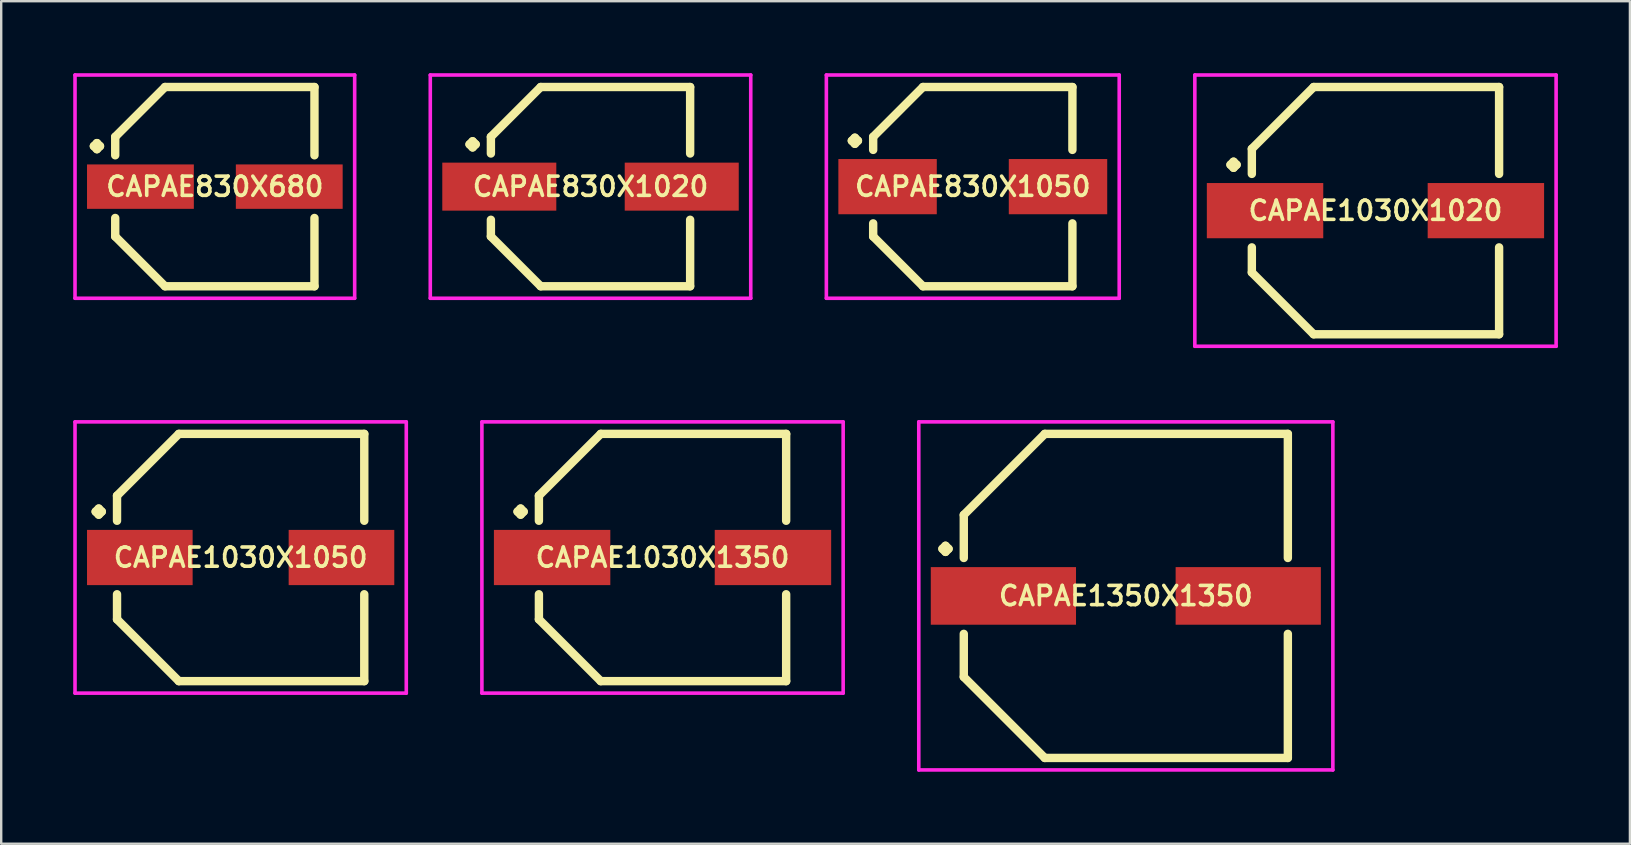
<source format=kicad_pcb>
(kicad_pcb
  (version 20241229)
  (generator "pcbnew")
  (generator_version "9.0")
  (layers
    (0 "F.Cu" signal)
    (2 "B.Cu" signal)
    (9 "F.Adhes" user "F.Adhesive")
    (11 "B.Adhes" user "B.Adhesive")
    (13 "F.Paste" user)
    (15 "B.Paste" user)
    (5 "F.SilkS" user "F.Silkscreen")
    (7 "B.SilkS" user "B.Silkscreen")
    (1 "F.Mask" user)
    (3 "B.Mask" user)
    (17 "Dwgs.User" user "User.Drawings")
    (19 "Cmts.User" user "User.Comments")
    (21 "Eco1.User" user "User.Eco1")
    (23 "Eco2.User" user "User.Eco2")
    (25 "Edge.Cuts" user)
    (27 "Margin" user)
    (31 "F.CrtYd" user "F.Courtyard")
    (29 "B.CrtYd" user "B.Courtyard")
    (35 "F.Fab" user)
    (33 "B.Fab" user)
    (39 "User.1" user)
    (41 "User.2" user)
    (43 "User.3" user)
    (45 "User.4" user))
  (footprint "CAPAE830X1020"
    (layer "F.Cu")
    (at 21.55 4.725)
    (property "Reference" "CAPAE830X1020" (at 0 0 0) (layer "F.SilkS") (effects (font (size 0.8 0.8) (thickness 0.15))))
    (attr smd)
    (fp_line (start -5.039 -1.762) (end -4.912 -1.889) (stroke (width 0.35) (type solid)) (layer "F.SilkS"))
    (fp_line (start -4.912 -1.889) (end -4.785 -1.762) (stroke (width 0.35) (type solid)) (layer "F.SilkS"))
    (fp_line (start -4.912 -1.635) (end -5.039 -1.762) (stroke (width 0.35) (type solid)) (layer "F.SilkS"))
    (fp_line (start -4.785 -1.762) (end -4.912 -1.635) (stroke (width 0.35) (type solid)) (layer "F.SilkS"))
    (fp_line (start -4.15 -2.075) (end -4.15 -1.381) (stroke (width 0.35) (type solid)) (layer "F.SilkS"))
    (fp_line (start -4.15 2.075) (end -4.15 1.381) (stroke (width 0.35) (type solid)) (layer "F.SilkS"))
    (fp_line (start -2.075 -4.15) (end -4.15 -2.075) (stroke (width 0.35) (type solid)) (layer "F.SilkS"))
    (fp_line (start -2.075 4.15) (end -4.15 2.075) (stroke (width 0.35) (type solid)) (layer "F.SilkS"))
    (fp_line (start 4.15 -4.15) (end -2.075 -4.15) (stroke (width 0.35) (type solid)) (layer "F.SilkS"))
    (fp_line (start 4.15 -1.381) (end 4.15 -4.15) (stroke (width 0.35) (type solid)) (layer "F.SilkS"))
    (fp_line (start 4.15 1.381) (end 4.15 4.15) (stroke (width 0.35) (type solid)) (layer "F.SilkS"))
    (fp_line (start 4.15 4.15) (end -2.075 4.15) (stroke (width 0.35) (type solid)) (layer "F.SilkS"))
    (fp_line (start -6.675 -4.65) (end 6.675 -4.65) (stroke (width 0.15) (type solid)) (layer "F.CrtYd"))
    (fp_line (start -6.675 4.65) (end -6.675 -4.65) (stroke (width 0.15) (type solid)) (layer "F.CrtYd"))
    (fp_line (start 6.675 -4.65) (end 6.675 4.65) (stroke (width 0.15) (type solid)) (layer "F.CrtYd"))
    (fp_line (start 6.675 4.65) (end -6.675 4.65) (stroke (width 0.15) (type solid)) (layer "F.CrtYd"))
    (pad "1" smd rect (at -3.8 0) (size 4.75 2) (layers "F.Cu" "F.Mask" "F.Paste"))
    (pad "2" smd rect (at 3.8 0) (size 4.75 2) (layers "F.Cu" "F.Mask" "F.Paste")))
  (footprint "CAPAE1350X1350"
    (layer "F.Cu")
    (at 43.85 21.775)
    (property "Reference" "CAPAE1350X1350" (at 0 0 0) (layer "F.SilkS") (effects (font (size 0.8 0.8) (thickness 0.15))))
    (attr smd)
    (fp_line (start -7.639 -1.962) (end -7.512 -2.089) (stroke (width 0.35) (type solid)) (layer "F.SilkS"))
    (fp_line (start -7.512 -2.089) (end -7.385 -1.962) (stroke (width 0.35) (type solid)) (layer "F.SilkS"))
    (fp_line (start -7.512 -1.835) (end -7.639 -1.962) (stroke (width 0.35) (type solid)) (layer "F.SilkS"))
    (fp_line (start -7.385 -1.962) (end -7.512 -1.835) (stroke (width 0.35) (type solid)) (layer "F.SilkS"))
    (fp_line (start -6.75 -3.375) (end -6.75 -1.581) (stroke (width 0.35) (type solid)) (layer "F.SilkS"))
    (fp_line (start -6.75 3.375) (end -6.75 1.581) (stroke (width 0.35) (type solid)) (layer "F.SilkS"))
    (fp_line (start -3.375 -6.75) (end -6.75 -3.375) (stroke (width 0.35) (type solid)) (layer "F.SilkS"))
    (fp_line (start -3.375 6.75) (end -6.75 3.375) (stroke (width 0.35) (type solid)) (layer "F.SilkS"))
    (fp_line (start 6.75 -6.75) (end -3.375 -6.75) (stroke (width 0.35) (type solid)) (layer "F.SilkS"))
    (fp_line (start 6.75 -1.581) (end 6.75 -6.75) (stroke (width 0.35) (type solid)) (layer "F.SilkS"))
    (fp_line (start 6.75 1.581) (end 6.75 6.75) (stroke (width 0.35) (type solid)) (layer "F.SilkS"))
    (fp_line (start 6.75 6.75) (end -3.375 6.75) (stroke (width 0.35) (type solid)) (layer "F.SilkS"))
    (fp_line (start -8.625 -7.25) (end 8.625 -7.25) (stroke (width 0.15) (type solid)) (layer "F.CrtYd"))
    (fp_line (start -8.625 7.25) (end -8.625 -7.25) (stroke (width 0.15) (type solid)) (layer "F.CrtYd"))
    (fp_line (start 8.625 -7.25) (end 8.625 7.25) (stroke (width 0.15) (type solid)) (layer "F.CrtYd"))
    (fp_line (start 8.625 7.25) (end -8.625 7.25) (stroke (width 0.15) (type solid)) (layer "F.CrtYd"))
    (pad "1" smd rect (at -5.1 0) (size 6.05 2.4) (layers "F.Cu" "F.Mask" "F.Paste"))
    (pad "2" smd rect (at 5.1 0) (size 6.05 2.4) (layers "F.Cu" "F.Mask" "F.Paste")))
  (footprint "CAPAE1030X1050"
    (layer "F.Cu")
    (at 6.975 20.175)
    (property "Reference" "CAPAE1030X1050" (at 0 0 0) (layer "F.SilkS") (effects (font (size 0.8 0.8) (thickness 0.15))))
    (attr smd)
    (fp_line (start -6.039 -1.912) (end -5.912 -2.039) (stroke (width 0.35) (type solid)) (layer "F.SilkS"))
    (fp_line (start -5.912 -2.039) (end -5.785 -1.912) (stroke (width 0.35) (type solid)) (layer "F.SilkS"))
    (fp_line (start -5.912 -1.785) (end -6.039 -1.912) (stroke (width 0.35) (type solid)) (layer "F.SilkS"))
    (fp_line (start -5.785 -1.912) (end -5.912 -1.785) (stroke (width 0.35) (type solid)) (layer "F.SilkS"))
    (fp_line (start -5.15 -2.575) (end -5.15 -1.531) (stroke (width 0.35) (type solid)) (layer "F.SilkS"))
    (fp_line (start -5.15 2.575) (end -5.15 1.531) (stroke (width 0.35) (type solid)) (layer "F.SilkS"))
    (fp_line (start -2.575 -5.15) (end -5.15 -2.575) (stroke (width 0.35) (type solid)) (layer "F.SilkS"))
    (fp_line (start -2.575 5.15) (end -5.15 2.575) (stroke (width 0.35) (type solid)) (layer "F.SilkS"))
    (fp_line (start 5.15 -5.15) (end -2.575 -5.15) (stroke (width 0.35) (type solid)) (layer "F.SilkS"))
    (fp_line (start 5.15 -1.531) (end 5.15 -5.15) (stroke (width 0.35) (type solid)) (layer "F.SilkS"))
    (fp_line (start 5.15 1.531) (end 5.15 5.15) (stroke (width 0.35) (type solid)) (layer "F.SilkS"))
    (fp_line (start 5.15 5.15) (end -2.575 5.15) (stroke (width 0.35) (type solid)) (layer "F.SilkS"))
    (fp_line (start -6.9 -5.65) (end 6.9 -5.65) (stroke (width 0.15) (type solid)) (layer "F.CrtYd"))
    (fp_line (start -6.9 5.65) (end -6.9 -5.65) (stroke (width 0.15) (type solid)) (layer "F.CrtYd"))
    (fp_line (start 6.9 -5.65) (end 6.9 5.65) (stroke (width 0.15) (type solid)) (layer "F.CrtYd"))
    (fp_line (start 6.9 5.65) (end -6.9 5.65) (stroke (width 0.15) (type solid)) (layer "F.CrtYd"))
    (pad "1" smd rect (at -4.2 0) (size 4.4 2.3) (layers "F.Cu" "F.Mask" "F.Paste"))
    (pad "2" smd rect (at 4.2 0) (size 4.4 2.3) (layers "F.Cu" "F.Mask" "F.Paste")))
  (footprint "CAPAE830X680"
    (layer "F.Cu")
    (at 5.9 4.725)
    (property "Reference" "CAPAE830X680" (at 0 0 0) (layer "F.SilkS") (effects (font (size 0.8 0.8) (thickness 0.15))))
    (attr smd)
    (fp_line (start -5.039 -1.687) (end -4.912 -1.814) (stroke (width 0.35) (type solid)) (layer "F.SilkS"))
    (fp_line (start -4.912 -1.814) (end -4.785 -1.687) (stroke (width 0.35) (type solid)) (layer "F.SilkS"))
    (fp_line (start -4.912 -1.56) (end -5.039 -1.687) (stroke (width 0.35) (type solid)) (layer "F.SilkS"))
    (fp_line (start -4.785 -1.687) (end -4.912 -1.56) (stroke (width 0.35) (type solid)) (layer "F.SilkS"))
    (fp_line (start -4.15 -2.075) (end -4.15 -1.306) (stroke (width 0.35) (type solid)) (layer "F.SilkS"))
    (fp_line (start -4.15 2.075) (end -4.15 1.306) (stroke (width 0.35) (type solid)) (layer "F.SilkS"))
    (fp_line (start -2.075 -4.15) (end -4.15 -2.075) (stroke (width 0.35) (type solid)) (layer "F.SilkS"))
    (fp_line (start -2.075 4.15) (end -4.15 2.075) (stroke (width 0.35) (type solid)) (layer "F.SilkS"))
    (fp_line (start 4.15 -4.15) (end -2.075 -4.15) (stroke (width 0.35) (type solid)) (layer "F.SilkS"))
    (fp_line (start 4.15 -1.306) (end 4.15 -4.15) (stroke (width 0.35) (type solid)) (layer "F.SilkS"))
    (fp_line (start 4.15 1.306) (end 4.15 4.15) (stroke (width 0.35) (type solid)) (layer "F.SilkS"))
    (fp_line (start 4.15 4.15) (end -2.075 4.15) (stroke (width 0.35) (type solid)) (layer "F.SilkS"))
    (fp_line (start -5.825 -4.65) (end 5.825 -4.65) (stroke (width 0.15) (type solid)) (layer "F.CrtYd"))
    (fp_line (start -5.825 4.65) (end -5.825 -4.65) (stroke (width 0.15) (type solid)) (layer "F.CrtYd"))
    (fp_line (start 5.825 -4.65) (end 5.825 4.65) (stroke (width 0.15) (type solid)) (layer "F.CrtYd"))
    (fp_line (start 5.825 4.65) (end -5.825 4.65) (stroke (width 0.15) (type solid)) (layer "F.CrtYd"))
    (pad "1" smd rect (at -3.1 0) (size 4.45 1.85) (layers "F.Cu" "F.Mask" "F.Paste"))
    (pad "2" smd rect (at 3.1 0) (size 4.45 1.85) (layers "F.Cu" "F.Mask" "F.Paste")))
  (footprint "CAPAE1030X1020"
    (layer "F.Cu")
    (at 54.25 5.725)
    (property "Reference" "CAPAE1030X1020" (at 0 0 0) (layer "F.SilkS") (effects (font (size 0.8 0.8) (thickness 0.15))))
    (attr smd)
    (fp_line (start -6.039 -1.912) (end -5.912 -2.039) (stroke (width 0.35) (type solid)) (layer "F.SilkS"))
    (fp_line (start -5.912 -2.039) (end -5.785 -1.912) (stroke (width 0.35) (type solid)) (layer "F.SilkS"))
    (fp_line (start -5.912 -1.785) (end -6.039 -1.912) (stroke (width 0.35) (type solid)) (layer "F.SilkS"))
    (fp_line (start -5.785 -1.912) (end -5.912 -1.785) (stroke (width 0.35) (type solid)) (layer "F.SilkS"))
    (fp_line (start -5.15 -2.575) (end -5.15 -1.531) (stroke (width 0.35) (type solid)) (layer "F.SilkS"))
    (fp_line (start -5.15 2.575) (end -5.15 1.531) (stroke (width 0.35) (type solid)) (layer "F.SilkS"))
    (fp_line (start -2.575 -5.15) (end -5.15 -2.575) (stroke (width 0.35) (type solid)) (layer "F.SilkS"))
    (fp_line (start -2.575 5.15) (end -5.15 2.575) (stroke (width 0.35) (type solid)) (layer "F.SilkS"))
    (fp_line (start 5.15 -5.15) (end -2.575 -5.15) (stroke (width 0.35) (type solid)) (layer "F.SilkS"))
    (fp_line (start 5.15 -1.531) (end 5.15 -5.15) (stroke (width 0.35) (type solid)) (layer "F.SilkS"))
    (fp_line (start 5.15 1.531) (end 5.15 5.15) (stroke (width 0.35) (type solid)) (layer "F.SilkS"))
    (fp_line (start 5.15 5.15) (end -2.575 5.15) (stroke (width 0.35) (type solid)) (layer "F.SilkS"))
    (fp_line (start -7.525 -5.65) (end 7.525 -5.65) (stroke (width 0.15) (type solid)) (layer "F.CrtYd"))
    (fp_line (start -7.525 5.65) (end -7.525 -5.65) (stroke (width 0.15) (type solid)) (layer "F.CrtYd"))
    (fp_line (start 7.525 -5.65) (end 7.525 5.65) (stroke (width 0.15) (type solid)) (layer "F.CrtYd"))
    (fp_line (start 7.525 5.65) (end -7.525 5.65) (stroke (width 0.15) (type solid)) (layer "F.CrtYd"))
    (pad "1" smd rect (at -4.6 0) (size 4.85 2.3) (layers "F.Cu" "F.Mask" "F.Paste"))
    (pad "2" smd rect (at 4.6 0) (size 4.85 2.3) (layers "F.Cu" "F.Mask" "F.Paste")))
  (footprint "CAPAE830X1050"
    (layer "F.Cu")
    (at 37.475 4.725)
    (property "Reference" "CAPAE830X1050" (at 0 0 0) (layer "F.SilkS") (effects (font (size 0.8 0.8) (thickness 0.15))))
    (attr smd)
    (fp_line (start -5.039 -1.912) (end -4.912 -2.039) (stroke (width 0.35) (type solid)) (layer "F.SilkS"))
    (fp_line (start -4.912 -2.039) (end -4.785 -1.912) (stroke (width 0.35) (type solid)) (layer "F.SilkS"))
    (fp_line (start -4.912 -1.785) (end -5.039 -1.912) (stroke (width 0.35) (type solid)) (layer "F.SilkS"))
    (fp_line (start -4.785 -1.912) (end -4.912 -1.785) (stroke (width 0.35) (type solid)) (layer "F.SilkS"))
    (fp_line (start -4.15 -2.075) (end -4.15 -1.531) (stroke (width 0.35) (type solid)) (layer "F.SilkS"))
    (fp_line (start -4.15 2.075) (end -4.15 1.531) (stroke (width 0.35) (type solid)) (layer "F.SilkS"))
    (fp_line (start -2.075 -4.15) (end -4.15 -2.075) (stroke (width 0.35) (type solid)) (layer "F.SilkS"))
    (fp_line (start -2.075 4.15) (end -4.15 2.075) (stroke (width 0.35) (type solid)) (layer "F.SilkS"))
    (fp_line (start 4.15 -4.15) (end -2.075 -4.15) (stroke (width 0.35) (type solid)) (layer "F.SilkS"))
    (fp_line (start 4.15 -1.531) (end 4.15 -4.15) (stroke (width 0.35) (type solid)) (layer "F.SilkS"))
    (fp_line (start 4.15 1.531) (end 4.15 4.15) (stroke (width 0.35) (type solid)) (layer "F.SilkS"))
    (fp_line (start 4.15 4.15) (end -2.075 4.15) (stroke (width 0.35) (type solid)) (layer "F.SilkS"))
    (fp_line (start -6.1 -4.65) (end 6.1 -4.65) (stroke (width 0.15) (type solid)) (layer "F.CrtYd"))
    (fp_line (start -6.1 4.65) (end -6.1 -4.65) (stroke (width 0.15) (type solid)) (layer "F.CrtYd"))
    (fp_line (start 6.1 -4.65) (end 6.1 4.65) (stroke (width 0.15) (type solid)) (layer "F.CrtYd"))
    (fp_line (start 6.1 4.65) (end -6.1 4.65) (stroke (width 0.15) (type solid)) (layer "F.CrtYd"))
    (pad "1" smd rect (at -3.55 0) (size 4.1 2.3) (layers "F.Cu" "F.Mask" "F.Paste"))
    (pad "2" smd rect (at 3.55 0) (size 4.1 2.3) (layers "F.Cu" "F.Mask" "F.Paste")))
  (footprint "CAPAE1030X1350"
    (layer "F.Cu")
    (at 24.55 20.175)
    (property "Reference" "CAPAE1030X1350" (at 0 0 0) (layer "F.SilkS") (effects (font (size 0.8 0.8) (thickness 0.15))))
    (attr smd)
    (fp_line (start -6.039 -1.912) (end -5.912 -2.039) (stroke (width 0.35) (type solid)) (layer "F.SilkS"))
    (fp_line (start -5.912 -2.039) (end -5.785 -1.912) (stroke (width 0.35) (type solid)) (layer "F.SilkS"))
    (fp_line (start -5.912 -1.785) (end -6.039 -1.912) (stroke (width 0.35) (type solid)) (layer "F.SilkS"))
    (fp_line (start -5.785 -1.912) (end -5.912 -1.785) (stroke (width 0.35) (type solid)) (layer "F.SilkS"))
    (fp_line (start -5.15 -2.575) (end -5.15 -1.531) (stroke (width 0.35) (type solid)) (layer "F.SilkS"))
    (fp_line (start -5.15 2.575) (end -5.15 1.531) (stroke (width 0.35) (type solid)) (layer "F.SilkS"))
    (fp_line (start -2.575 -5.15) (end -5.15 -2.575) (stroke (width 0.35) (type solid)) (layer "F.SilkS"))
    (fp_line (start -2.575 5.15) (end -5.15 2.575) (stroke (width 0.35) (type solid)) (layer "F.SilkS"))
    (fp_line (start 5.15 -5.15) (end -2.575 -5.15) (stroke (width 0.35) (type solid)) (layer "F.SilkS"))
    (fp_line (start 5.15 -1.531) (end 5.15 -5.15) (stroke (width 0.35) (type solid)) (layer "F.SilkS"))
    (fp_line (start 5.15 1.531) (end 5.15 5.15) (stroke (width 0.35) (type solid)) (layer "F.SilkS"))
    (fp_line (start 5.15 5.15) (end -2.575 5.15) (stroke (width 0.35) (type solid)) (layer "F.SilkS"))
    (fp_line (start -7.525 -5.65) (end 7.525 -5.65) (stroke (width 0.15) (type solid)) (layer "F.CrtYd"))
    (fp_line (start -7.525 5.65) (end -7.525 -5.65) (stroke (width 0.15) (type solid)) (layer "F.CrtYd"))
    (fp_line (start 7.525 -5.65) (end 7.525 5.65) (stroke (width 0.15) (type solid)) (layer "F.CrtYd"))
    (fp_line (start 7.525 5.65) (end -7.525 5.65) (stroke (width 0.15) (type solid)) (layer "F.CrtYd"))
    (pad "1" smd rect (at -4.6 0) (size 4.85 2.3) (layers "F.Cu" "F.Mask" "F.Paste"))
    (pad "2" smd rect (at 4.6 0) (size 4.85 2.3) (layers "F.Cu" "F.Mask" "F.Paste")))
  (gr_rect
    (start -3 -3)
    (end 64.85 32.1)
    (stroke (width 0.1) (type default))
    (fill no)
    (layer "Edge.Cuts")))
</source>
